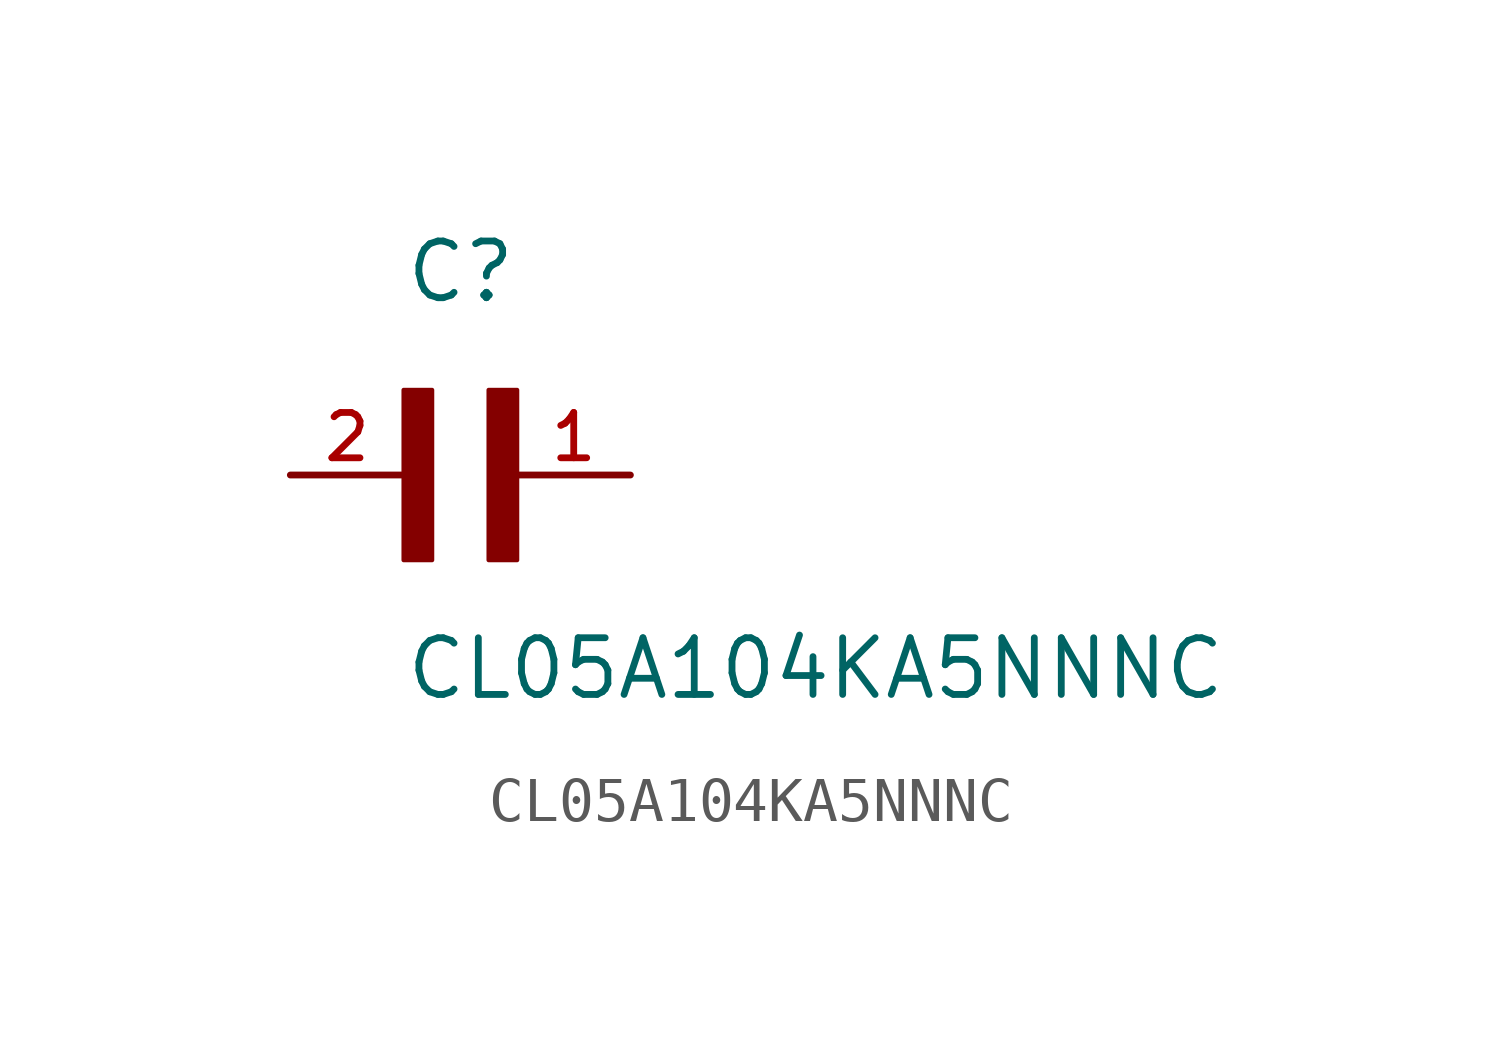
<source format=kicad_sym>
(kicad_symbol_lib
  (version 20211014)
  (generator kicad_symbol_editor)
  (symbol "CL05A104KA5NNNC"
    (pin_names
      (offset 1.016))
    (property "Reference" "C"
      (at 0.0 3.81 0)
      (effects (font (size 1.27 1.27)) (justify bottom left)))
    (property "Value" "CL05A104KA5NNNC"
      (at 0.0 -5.08 0)
      (effects (font (size 1.27 1.27)) (justify bottom left)))
    (symbol "CL05A104KA5NNNC_0_0"
      (rectangle (start 0.0 -1.905) (end 0.635 1.905) (stroke (width 0.1)) (fill (type outline)))
      (rectangle (start 1.905 -1.905) (end 2.54 1.905) (stroke (width 0.1)) (fill (type outline)))
      (pin passive line (at 5.08 0.0 180.0) (length 2.54) (name "~" (effects (font (size 1.016 1.016)))) (number "1" (effects (font (size 1.016 1.016)))))
      (pin passive line (at -2.54 0.0 0) (length 2.54) (name "~" (effects (font (size 1.016 1.016)))) (number "2" (effects (font (size 1.016 1.016))))))))
</source>
